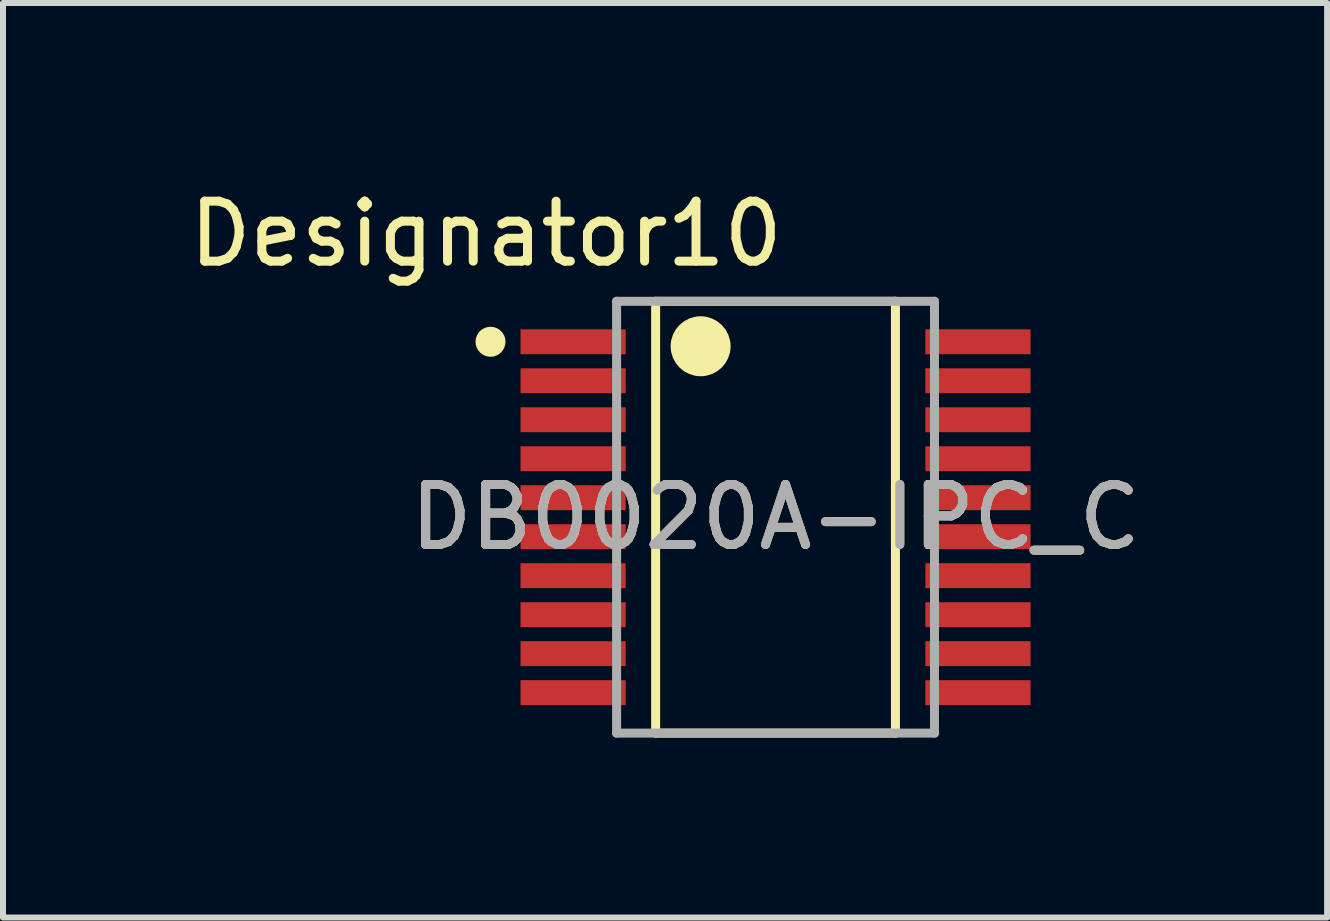
<source format=kicad_pcb>
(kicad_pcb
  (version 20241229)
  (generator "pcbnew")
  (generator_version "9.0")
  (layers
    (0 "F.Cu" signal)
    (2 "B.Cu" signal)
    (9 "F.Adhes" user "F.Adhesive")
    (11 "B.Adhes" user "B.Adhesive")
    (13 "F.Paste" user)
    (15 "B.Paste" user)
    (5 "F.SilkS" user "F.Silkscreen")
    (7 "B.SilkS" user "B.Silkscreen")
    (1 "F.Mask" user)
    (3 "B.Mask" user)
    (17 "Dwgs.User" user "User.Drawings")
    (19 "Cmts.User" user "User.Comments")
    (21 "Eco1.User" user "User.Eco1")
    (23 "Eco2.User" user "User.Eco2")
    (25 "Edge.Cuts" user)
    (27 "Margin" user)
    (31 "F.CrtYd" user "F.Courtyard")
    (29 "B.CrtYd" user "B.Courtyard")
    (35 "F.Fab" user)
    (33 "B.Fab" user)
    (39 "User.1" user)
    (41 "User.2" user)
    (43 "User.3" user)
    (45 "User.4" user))
  (footprint "DB0020A-IPC_C"
    (layer "F.Cu")
    (at 9.88 5.573)
    (property "Reference" "DB0020A-IPC_C" (at 0 0 0) (unlocked yes) (layer "F.SilkS") (effects (font (size 1 1) (thickness 0.15))))
    (attr smd)
    (fp_line (start -1.999 -3.6) (end 1.999 -3.6) (stroke (width 0.15) (type solid)) (layer "F.SilkS"))
    (fp_line (start -1.999 3.6) (end -1.999 -3.6) (stroke (width 0.15) (type solid)) (layer "F.SilkS"))
    (fp_line (start -1.999 3.6) (end 1.999 3.6) (stroke (width 0.15) (type solid)) (layer "F.SilkS"))
    (fp_line (start 1.999 3.6) (end 1.999 -3.6) (stroke (width 0.15) (type solid)) (layer "F.SilkS"))
    (fp_circle (center -4.752 -2.925) (end -4.627 -2.925) (stroke (width 0.25) (type solid)) (fill no) (layer "F.SilkS"))
    (fp_circle (center -1.249 -2.85) (end -0.999 -2.85) (stroke (width 0.5) (type solid)) (fill no) (layer "F.SilkS"))
    (fp_line (start -2.65 -3.6) (end 2.65 -3.6) (stroke (width 0.15) (type solid)) (layer "F.Fab"))
    (fp_line (start -2.65 3.6) (end -2.65 -3.6) (stroke (width 0.15) (type solid)) (layer "F.Fab"))
    (fp_line (start -2.65 3.6) (end 2.65 3.6) (stroke (width 0.15) (type solid)) (layer "F.Fab"))
    (fp_line (start 2.65 3.6) (end 2.65 -3.6) (stroke (width 0.15) (type solid)) (layer "F.Fab"))
    (fp_text user "Designator10" (at -4.826 -4.724 0) (unlocked yes) (layer "F.SilkS") (effects (font (size 1 1) (thickness 0.15))))
    (fp_text user "${REFERENCE}" (at 0 0 0) (unlocked yes) (layer "F.Fab") (effects (font (size 1 1) (thickness 0.15))))
    (pad "1" smd rect (at -3.375 -2.925) (size 1.753 0.415) (layers "F.Cu" "F.Mask" "F.Paste"))
    (pad "2" smd rect (at -3.375 -2.275) (size 1.753 0.415) (layers "F.Cu" "F.Mask" "F.Paste"))
    (pad "3" smd rect (at -3.375 -1.625) (size 1.753 0.415) (layers "F.Cu" "F.Mask" "F.Paste"))
    (pad "4" smd rect (at -3.375 -0.975) (size 1.753 0.415) (layers "F.Cu" "F.Mask" "F.Paste"))
    (pad "5" smd rect (at -3.375 -0.325) (size 1.753 0.415) (layers "F.Cu" "F.Mask" "F.Paste"))
    (pad "6" smd rect (at -3.375 0.325) (size 1.753 0.415) (layers "F.Cu" "F.Mask" "F.Paste"))
    (pad "7" smd rect (at -3.375 0.975) (size 1.753 0.415) (layers "F.Cu" "F.Mask" "F.Paste"))
    (pad "8" smd rect (at -3.375 1.625) (size 1.753 0.415) (layers "F.Cu" "F.Mask" "F.Paste"))
    (pad "9" smd rect (at -3.375 2.275) (size 1.753 0.415) (layers "F.Cu" "F.Mask" "F.Paste"))
    (pad "10" smd rect (at -3.375 2.925) (size 1.753 0.415) (layers "F.Cu" "F.Mask" "F.Paste"))
    (pad "11" smd rect (at 3.375 2.925) (size 1.753 0.415) (layers "F.Cu" "F.Mask" "F.Paste"))
    (pad "12" smd rect (at 3.375 2.275) (size 1.753 0.415) (layers "F.Cu" "F.Mask" "F.Paste"))
    (pad "13" smd rect (at 3.375 1.625) (size 1.753 0.415) (layers "F.Cu" "F.Mask" "F.Paste"))
    (pad "14" smd rect (at 3.375 0.975) (size 1.753 0.415) (layers "F.Cu" "F.Mask" "F.Paste"))
    (pad "15" smd rect (at 3.375 0.325) (size 1.753 0.415) (layers "F.Cu" "F.Mask" "F.Paste"))
    (pad "16" smd rect (at 3.375 -0.325) (size 1.753 0.415) (layers "F.Cu" "F.Mask" "F.Paste"))
    (pad "17" smd rect (at 3.375 -0.975) (size 1.753 0.415) (layers "F.Cu" "F.Mask" "F.Paste"))
    (pad "18" smd rect (at 3.375 -1.625) (size 1.753 0.415) (layers "F.Cu" "F.Mask" "F.Paste"))
    (pad "19" smd rect (at 3.375 -2.275) (size 1.753 0.415) (layers "F.Cu" "F.Mask" "F.Paste"))
    (pad "20" smd rect (at 3.375 -2.925) (size 1.753 0.415) (layers "F.Cu" "F.Mask" "F.Paste")))
  (gr_rect
    (start -3 -3)
    (end 19.076 12.248)
    (stroke (width 0.1) (type default))
    (fill no)
    (layer "Edge.Cuts")))
</source>
